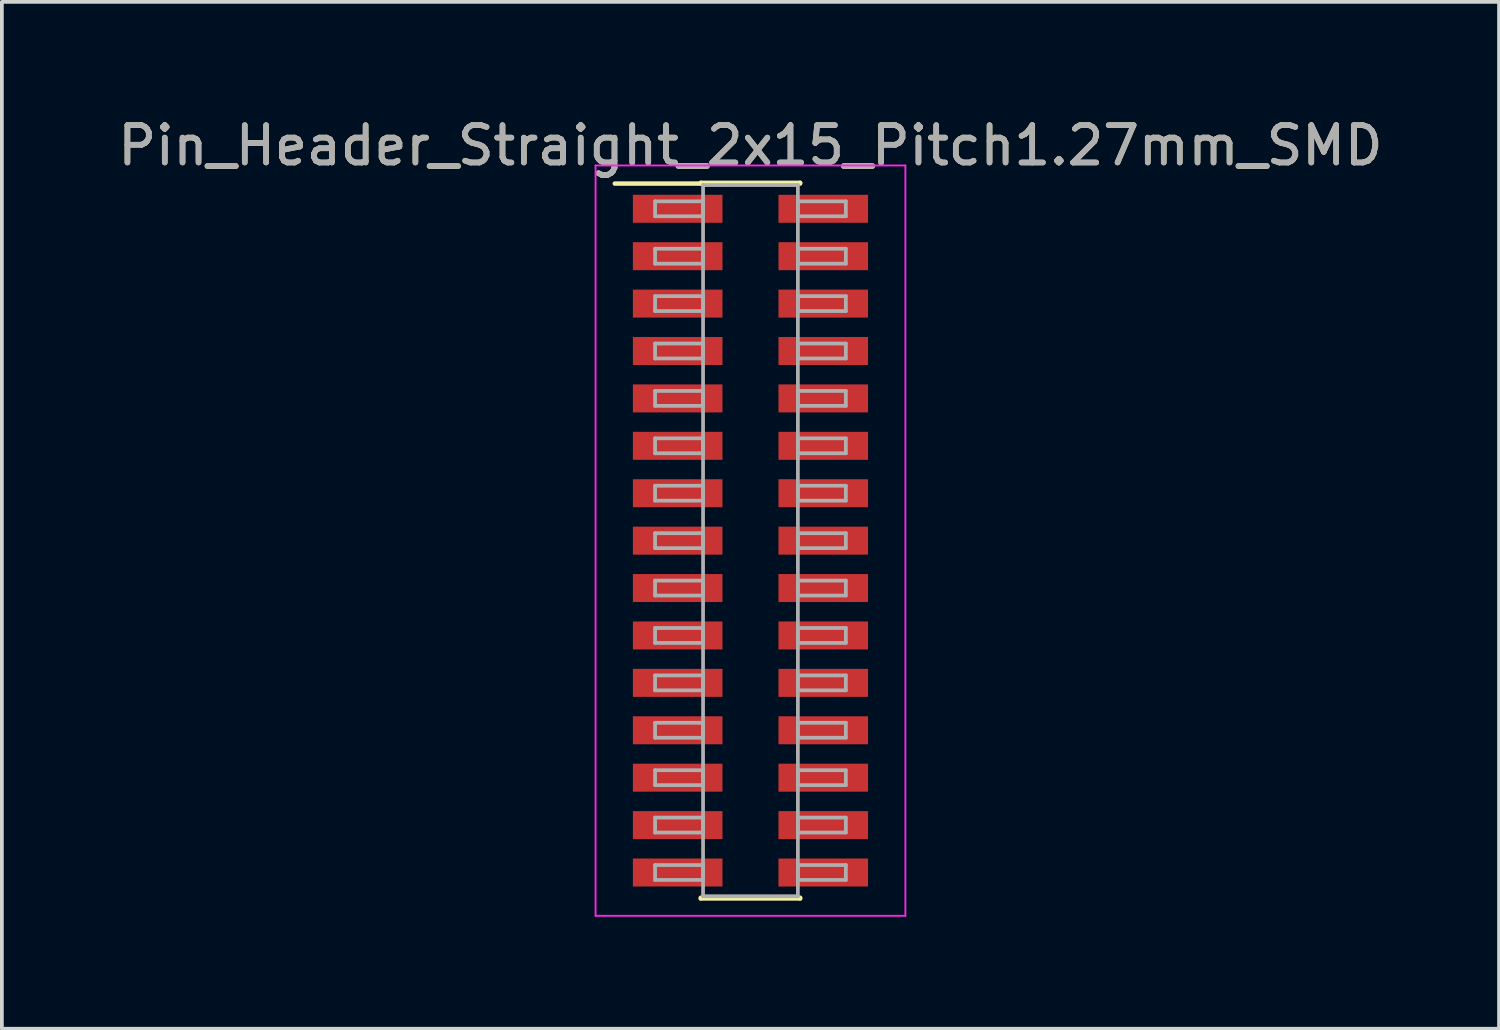
<source format=kicad_pcb>
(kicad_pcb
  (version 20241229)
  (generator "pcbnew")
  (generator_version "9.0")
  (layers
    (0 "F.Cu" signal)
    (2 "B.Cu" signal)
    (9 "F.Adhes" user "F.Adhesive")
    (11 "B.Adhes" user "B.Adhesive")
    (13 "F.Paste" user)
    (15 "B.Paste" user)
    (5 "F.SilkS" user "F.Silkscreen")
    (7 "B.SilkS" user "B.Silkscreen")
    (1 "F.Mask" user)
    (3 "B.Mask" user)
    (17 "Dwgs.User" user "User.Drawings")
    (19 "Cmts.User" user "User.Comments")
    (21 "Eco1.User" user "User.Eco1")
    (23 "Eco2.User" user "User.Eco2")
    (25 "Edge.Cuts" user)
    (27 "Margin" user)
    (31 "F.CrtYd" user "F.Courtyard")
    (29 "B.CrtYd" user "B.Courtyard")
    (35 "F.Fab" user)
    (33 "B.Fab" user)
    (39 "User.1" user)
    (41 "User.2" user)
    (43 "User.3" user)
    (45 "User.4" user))
  (footprint "Pin_Header_Straight_2x15_Pitch1.27mm_SMD"
    (layer "F.Cu")
    (at 17.054 11.433)
    (property "Reference" "Pin_Header_Straight_2x15_Pitch1.27mm_SMD" (at 0 -10.585 0) (layer "F.SilkS") (effects (font (size 1 1) (thickness 0.15))))
    (attr smd)
    (fp_line (start -3.635 -9.565) (end -1.33 -9.565) (stroke (width 0.12) (type solid)) (layer "F.SilkS"))
    (fp_line (start -1.33 -9.585) (end 1.33 -9.585) (stroke (width 0.12) (type solid)) (layer "F.SilkS"))
    (fp_line (start -1.33 -9.565) (end -1.33 -9.585) (stroke (width 0.12) (type solid)) (layer "F.SilkS"))
    (fp_line (start -1.33 9.565) (end -1.33 9.585) (stroke (width 0.12) (type solid)) (layer "F.SilkS"))
    (fp_line (start -1.33 9.585) (end 1.33 9.585) (stroke (width 0.12) (type solid)) (layer "F.SilkS"))
    (fp_line (start 1.33 -9.585) (end 1.33 -9.565) (stroke (width 0.12) (type solid)) (layer "F.SilkS"))
    (fp_line (start 1.33 9.585) (end 1.33 9.565) (stroke (width 0.12) (type solid)) (layer "F.SilkS"))
    (fp_line (start -4.15 -10.05) (end -4.15 10.05) (stroke (width 0.05) (type solid)) (layer "F.CrtYd"))
    (fp_line (start -4.15 10.05) (end 4.15 10.05) (stroke (width 0.05) (type solid)) (layer "F.CrtYd"))
    (fp_line (start 4.15 -10.05) (end -4.15 -10.05) (stroke (width 0.05) (type solid)) (layer "F.CrtYd"))
    (fp_line (start 4.15 10.05) (end 4.15 -10.05) (stroke (width 0.05) (type solid)) (layer "F.CrtYd"))
    (fp_line (start -2.555 -9.09) (end -1.27 -9.09) (stroke (width 0.1) (type solid)) (layer "F.Fab"))
    (fp_line (start -2.555 -8.69) (end -2.555 -9.09) (stroke (width 0.1) (type solid)) (layer "F.Fab"))
    (fp_line (start -2.555 -7.82) (end -1.27 -7.82) (stroke (width 0.1) (type solid)) (layer "F.Fab"))
    (fp_line (start -2.555 -7.42) (end -2.555 -7.82) (stroke (width 0.1) (type solid)) (layer "F.Fab"))
    (fp_line (start -2.555 -6.55) (end -1.27 -6.55) (stroke (width 0.1) (type solid)) (layer "F.Fab"))
    (fp_line (start -2.555 -6.15) (end -2.555 -6.55) (stroke (width 0.1) (type solid)) (layer "F.Fab"))
    (fp_line (start -2.555 -5.28) (end -1.27 -5.28) (stroke (width 0.1) (type solid)) (layer "F.Fab"))
    (fp_line (start -2.555 -4.88) (end -2.555 -5.28) (stroke (width 0.1) (type solid)) (layer "F.Fab"))
    (fp_line (start -2.555 -4.01) (end -1.27 -4.01) (stroke (width 0.1) (type solid)) (layer "F.Fab"))
    (fp_line (start -2.555 -3.61) (end -2.555 -4.01) (stroke (width 0.1) (type solid)) (layer "F.Fab"))
    (fp_line (start -2.555 -2.74) (end -1.27 -2.74) (stroke (width 0.1) (type solid)) (layer "F.Fab"))
    (fp_line (start -2.555 -2.34) (end -2.555 -2.74) (stroke (width 0.1) (type solid)) (layer "F.Fab"))
    (fp_line (start -2.555 -1.47) (end -1.27 -1.47) (stroke (width 0.1) (type solid)) (layer "F.Fab"))
    (fp_line (start -2.555 -1.07) (end -2.555 -1.47) (stroke (width 0.1) (type solid)) (layer "F.Fab"))
    (fp_line (start -2.555 -0.2) (end -1.27 -0.2) (stroke (width 0.1) (type solid)) (layer "F.Fab"))
    (fp_line (start -2.555 0.2) (end -2.555 -0.2) (stroke (width 0.1) (type solid)) (layer "F.Fab"))
    (fp_line (start -2.555 1.07) (end -1.27 1.07) (stroke (width 0.1) (type solid)) (layer "F.Fab"))
    (fp_line (start -2.555 1.47) (end -2.555 1.07) (stroke (width 0.1) (type solid)) (layer "F.Fab"))
    (fp_line (start -2.555 2.34) (end -1.27 2.34) (stroke (width 0.1) (type solid)) (layer "F.Fab"))
    (fp_line (start -2.555 2.74) (end -2.555 2.34) (stroke (width 0.1) (type solid)) (layer "F.Fab"))
    (fp_line (start -2.555 3.61) (end -1.27 3.61) (stroke (width 0.1) (type solid)) (layer "F.Fab"))
    (fp_line (start -2.555 4.01) (end -2.555 3.61) (stroke (width 0.1) (type solid)) (layer "F.Fab"))
    (fp_line (start -2.555 4.88) (end -1.27 4.88) (stroke (width 0.1) (type solid)) (layer "F.Fab"))
    (fp_line (start -2.555 5.28) (end -2.555 4.88) (stroke (width 0.1) (type solid)) (layer "F.Fab"))
    (fp_line (start -2.555 6.15) (end -1.27 6.15) (stroke (width 0.1) (type solid)) (layer "F.Fab"))
    (fp_line (start -2.555 6.55) (end -2.555 6.15) (stroke (width 0.1) (type solid)) (layer "F.Fab"))
    (fp_line (start -2.555 7.42) (end -1.27 7.42) (stroke (width 0.1) (type solid)) (layer "F.Fab"))
    (fp_line (start -2.555 7.82) (end -2.555 7.42) (stroke (width 0.1) (type solid)) (layer "F.Fab"))
    (fp_line (start -2.555 8.69) (end -1.27 8.69) (stroke (width 0.1) (type solid)) (layer "F.Fab"))
    (fp_line (start -2.555 9.09) (end -2.555 8.69) (stroke (width 0.1) (type solid)) (layer "F.Fab"))
    (fp_line (start -1.27 -9.525) (end -1.27 9.525) (stroke (width 0.1) (type solid)) (layer "F.Fab"))
    (fp_line (start -1.27 -9.09) (end -1.27 -8.69) (stroke (width 0.1) (type solid)) (layer "F.Fab"))
    (fp_line (start -1.27 -8.69) (end -2.555 -8.69) (stroke (width 0.1) (type solid)) (layer "F.Fab"))
    (fp_line (start -1.27 -7.82) (end -1.27 -7.42) (stroke (width 0.1) (type solid)) (layer "F.Fab"))
    (fp_line (start -1.27 -7.42) (end -2.555 -7.42) (stroke (width 0.1) (type solid)) (layer "F.Fab"))
    (fp_line (start -1.27 -6.55) (end -1.27 -6.15) (stroke (width 0.1) (type solid)) (layer "F.Fab"))
    (fp_line (start -1.27 -6.15) (end -2.555 -6.15) (stroke (width 0.1) (type solid)) (layer "F.Fab"))
    (fp_line (start -1.27 -5.28) (end -1.27 -4.88) (stroke (width 0.1) (type solid)) (layer "F.Fab"))
    (fp_line (start -1.27 -4.88) (end -2.555 -4.88) (stroke (width 0.1) (type solid)) (layer "F.Fab"))
    (fp_line (start -1.27 -4.01) (end -1.27 -3.61) (stroke (width 0.1) (type solid)) (layer "F.Fab"))
    (fp_line (start -1.27 -3.61) (end -2.555 -3.61) (stroke (width 0.1) (type solid)) (layer "F.Fab"))
    (fp_line (start -1.27 -2.74) (end -1.27 -2.34) (stroke (width 0.1) (type solid)) (layer "F.Fab"))
    (fp_line (start -1.27 -2.34) (end -2.555 -2.34) (stroke (width 0.1) (type solid)) (layer "F.Fab"))
    (fp_line (start -1.27 -1.47) (end -1.27 -1.07) (stroke (width 0.1) (type solid)) (layer "F.Fab"))
    (fp_line (start -1.27 -1.07) (end -2.555 -1.07) (stroke (width 0.1) (type solid)) (layer "F.Fab"))
    (fp_line (start -1.27 -0.2) (end -1.27 0.2) (stroke (width 0.1) (type solid)) (layer "F.Fab"))
    (fp_line (start -1.27 0.2) (end -2.555 0.2) (stroke (width 0.1) (type solid)) (layer "F.Fab"))
    (fp_line (start -1.27 1.07) (end -1.27 1.47) (stroke (width 0.1) (type solid)) (layer "F.Fab"))
    (fp_line (start -1.27 1.47) (end -2.555 1.47) (stroke (width 0.1) (type solid)) (layer "F.Fab"))
    (fp_line (start -1.27 2.34) (end -1.27 2.74) (stroke (width 0.1) (type solid)) (layer "F.Fab"))
    (fp_line (start -1.27 2.74) (end -2.555 2.74) (stroke (width 0.1) (type solid)) (layer "F.Fab"))
    (fp_line (start -1.27 3.61) (end -1.27 4.01) (stroke (width 0.1) (type solid)) (layer "F.Fab"))
    (fp_line (start -1.27 4.01) (end -2.555 4.01) (stroke (width 0.1) (type solid)) (layer "F.Fab"))
    (fp_line (start -1.27 4.88) (end -1.27 5.28) (stroke (width 0.1) (type solid)) (layer "F.Fab"))
    (fp_line (start -1.27 5.28) (end -2.555 5.28) (stroke (width 0.1) (type solid)) (layer "F.Fab"))
    (fp_line (start -1.27 6.15) (end -1.27 6.55) (stroke (width 0.1) (type solid)) (layer "F.Fab"))
    (fp_line (start -1.27 6.55) (end -2.555 6.55) (stroke (width 0.1) (type solid)) (layer "F.Fab"))
    (fp_line (start -1.27 7.42) (end -1.27 7.82) (stroke (width 0.1) (type solid)) (layer "F.Fab"))
    (fp_line (start -1.27 7.82) (end -2.555 7.82) (stroke (width 0.1) (type solid)) (layer "F.Fab"))
    (fp_line (start -1.27 8.69) (end -1.27 9.09) (stroke (width 0.1) (type solid)) (layer "F.Fab"))
    (fp_line (start -1.27 9.09) (end -2.555 9.09) (stroke (width 0.1) (type solid)) (layer "F.Fab"))
    (fp_line (start -1.27 9.525) (end 1.27 9.525) (stroke (width 0.1) (type solid)) (layer "F.Fab"))
    (fp_line (start 1.27 -9.525) (end -1.27 -9.525) (stroke (width 0.1) (type solid)) (layer "F.Fab"))
    (fp_line (start 1.27 -9.09) (end 1.27 -8.69) (stroke (width 0.1) (type solid)) (layer "F.Fab"))
    (fp_line (start 1.27 -8.69) (end 2.555 -8.69) (stroke (width 0.1) (type solid)) (layer "F.Fab"))
    (fp_line (start 1.27 -7.82) (end 1.27 -7.42) (stroke (width 0.1) (type solid)) (layer "F.Fab"))
    (fp_line (start 1.27 -7.42) (end 2.555 -7.42) (stroke (width 0.1) (type solid)) (layer "F.Fab"))
    (fp_line (start 1.27 -6.55) (end 1.27 -6.15) (stroke (width 0.1) (type solid)) (layer "F.Fab"))
    (fp_line (start 1.27 -6.15) (end 2.555 -6.15) (stroke (width 0.1) (type solid)) (layer "F.Fab"))
    (fp_line (start 1.27 -5.28) (end 1.27 -4.88) (stroke (width 0.1) (type solid)) (layer "F.Fab"))
    (fp_line (start 1.27 -4.88) (end 2.555 -4.88) (stroke (width 0.1) (type solid)) (layer "F.Fab"))
    (fp_line (start 1.27 -4.01) (end 1.27 -3.61) (stroke (width 0.1) (type solid)) (layer "F.Fab"))
    (fp_line (start 1.27 -3.61) (end 2.555 -3.61) (stroke (width 0.1) (type solid)) (layer "F.Fab"))
    (fp_line (start 1.27 -2.74) (end 1.27 -2.34) (stroke (width 0.1) (type solid)) (layer "F.Fab"))
    (fp_line (start 1.27 -2.34) (end 2.555 -2.34) (stroke (width 0.1) (type solid)) (layer "F.Fab"))
    (fp_line (start 1.27 -1.47) (end 1.27 -1.07) (stroke (width 0.1) (type solid)) (layer "F.Fab"))
    (fp_line (start 1.27 -1.07) (end 2.555 -1.07) (stroke (width 0.1) (type solid)) (layer "F.Fab"))
    (fp_line (start 1.27 -0.2) (end 1.27 0.2) (stroke (width 0.1) (type solid)) (layer "F.Fab"))
    (fp_line (start 1.27 0.2) (end 2.555 0.2) (stroke (width 0.1) (type solid)) (layer "F.Fab"))
    (fp_line (start 1.27 1.07) (end 1.27 1.47) (stroke (width 0.1) (type solid)) (layer "F.Fab"))
    (fp_line (start 1.27 1.47) (end 2.555 1.47) (stroke (width 0.1) (type solid)) (layer "F.Fab"))
    (fp_line (start 1.27 2.34) (end 1.27 2.74) (stroke (width 0.1) (type solid)) (layer "F.Fab"))
    (fp_line (start 1.27 2.74) (end 2.555 2.74) (stroke (width 0.1) (type solid)) (layer "F.Fab"))
    (fp_line (start 1.27 3.61) (end 1.27 4.01) (stroke (width 0.1) (type solid)) (layer "F.Fab"))
    (fp_line (start 1.27 4.01) (end 2.555 4.01) (stroke (width 0.1) (type solid)) (layer "F.Fab"))
    (fp_line (start 1.27 4.88) (end 1.27 5.28) (stroke (width 0.1) (type solid)) (layer "F.Fab"))
    (fp_line (start 1.27 5.28) (end 2.555 5.28) (stroke (width 0.1) (type solid)) (layer "F.Fab"))
    (fp_line (start 1.27 6.15) (end 1.27 6.55) (stroke (width 0.1) (type solid)) (layer "F.Fab"))
    (fp_line (start 1.27 6.55) (end 2.555 6.55) (stroke (width 0.1) (type solid)) (layer "F.Fab"))
    (fp_line (start 1.27 7.42) (end 1.27 7.82) (stroke (width 0.1) (type solid)) (layer "F.Fab"))
    (fp_line (start 1.27 7.82) (end 2.555 7.82) (stroke (width 0.1) (type solid)) (layer "F.Fab"))
    (fp_line (start 1.27 8.69) (end 1.27 9.09) (stroke (width 0.1) (type solid)) (layer "F.Fab"))
    (fp_line (start 1.27 9.09) (end 2.555 9.09) (stroke (width 0.1) (type solid)) (layer "F.Fab"))
    (fp_line (start 1.27 9.525) (end 1.27 -9.525) (stroke (width 0.1) (type solid)) (layer "F.Fab"))
    (fp_line (start 2.555 -9.09) (end 1.27 -9.09) (stroke (width 0.1) (type solid)) (layer "F.Fab"))
    (fp_line (start 2.555 -8.69) (end 2.555 -9.09) (stroke (width 0.1) (type solid)) (layer "F.Fab"))
    (fp_line (start 2.555 -7.82) (end 1.27 -7.82) (stroke (width 0.1) (type solid)) (layer "F.Fab"))
    (fp_line (start 2.555 -7.42) (end 2.555 -7.82) (stroke (width 0.1) (type solid)) (layer "F.Fab"))
    (fp_line (start 2.555 -6.55) (end 1.27 -6.55) (stroke (width 0.1) (type solid)) (layer "F.Fab"))
    (fp_line (start 2.555 -6.15) (end 2.555 -6.55) (stroke (width 0.1) (type solid)) (layer "F.Fab"))
    (fp_line (start 2.555 -5.28) (end 1.27 -5.28) (stroke (width 0.1) (type solid)) (layer "F.Fab"))
    (fp_line (start 2.555 -4.88) (end 2.555 -5.28) (stroke (width 0.1) (type solid)) (layer "F.Fab"))
    (fp_line (start 2.555 -4.01) (end 1.27 -4.01) (stroke (width 0.1) (type solid)) (layer "F.Fab"))
    (fp_line (start 2.555 -3.61) (end 2.555 -4.01) (stroke (width 0.1) (type solid)) (layer "F.Fab"))
    (fp_line (start 2.555 -2.74) (end 1.27 -2.74) (stroke (width 0.1) (type solid)) (layer "F.Fab"))
    (fp_line (start 2.555 -2.34) (end 2.555 -2.74) (stroke (width 0.1) (type solid)) (layer "F.Fab"))
    (fp_line (start 2.555 -1.47) (end 1.27 -1.47) (stroke (width 0.1) (type solid)) (layer "F.Fab"))
    (fp_line (start 2.555 -1.07) (end 2.555 -1.47) (stroke (width 0.1) (type solid)) (layer "F.Fab"))
    (fp_line (start 2.555 -0.2) (end 1.27 -0.2) (stroke (width 0.1) (type solid)) (layer "F.Fab"))
    (fp_line (start 2.555 0.2) (end 2.555 -0.2) (stroke (width 0.1) (type solid)) (layer "F.Fab"))
    (fp_line (start 2.555 1.07) (end 1.27 1.07) (stroke (width 0.1) (type solid)) (layer "F.Fab"))
    (fp_line (start 2.555 1.47) (end 2.555 1.07) (stroke (width 0.1) (type solid)) (layer "F.Fab"))
    (fp_line (start 2.555 2.34) (end 1.27 2.34) (stroke (width 0.1) (type solid)) (layer "F.Fab"))
    (fp_line (start 2.555 2.74) (end 2.555 2.34) (stroke (width 0.1) (type solid)) (layer "F.Fab"))
    (fp_line (start 2.555 3.61) (end 1.27 3.61) (stroke (width 0.1) (type solid)) (layer "F.Fab"))
    (fp_line (start 2.555 4.01) (end 2.555 3.61) (stroke (width 0.1) (type solid)) (layer "F.Fab"))
    (fp_line (start 2.555 4.88) (end 1.27 4.88) (stroke (width 0.1) (type solid)) (layer "F.Fab"))
    (fp_line (start 2.555 5.28) (end 2.555 4.88) (stroke (width 0.1) (type solid)) (layer "F.Fab"))
    (fp_line (start 2.555 6.15) (end 1.27 6.15) (stroke (width 0.1) (type solid)) (layer "F.Fab"))
    (fp_line (start 2.555 6.55) (end 2.555 6.15) (stroke (width 0.1) (type solid)) (layer "F.Fab"))
    (fp_line (start 2.555 7.42) (end 1.27 7.42) (stroke (width 0.1) (type solid)) (layer "F.Fab"))
    (fp_line (start 2.555 7.82) (end 2.555 7.42) (stroke (width 0.1) (type solid)) (layer "F.Fab"))
    (fp_line (start 2.555 8.69) (end 1.27 8.69) (stroke (width 0.1) (type solid)) (layer "F.Fab"))
    (fp_line (start 2.555 9.09) (end 2.555 8.69) (stroke (width 0.1) (type solid)) (layer "F.Fab"))
    (fp_text user "${REFERENCE}" (at 0 -10.585 0) (layer "F.Fab") (effects (font (size 1 1) (thickness 0.15))))
    (pad "1" smd rect (at -1.95 -8.89) (size 2.4 0.75) (layers "F.Cu" "F.Mask" "F.Paste"))
    (pad "2" smd rect (at 1.95 -8.89) (size 2.4 0.75) (layers "F.Cu" "F.Mask" "F.Paste"))
    (pad "3" smd rect (at -1.95 -7.62) (size 2.4 0.75) (layers "F.Cu" "F.Mask" "F.Paste"))
    (pad "4" smd rect (at 1.95 -7.62) (size 2.4 0.75) (layers "F.Cu" "F.Mask" "F.Paste"))
    (pad "5" smd rect (at -1.95 -6.35) (size 2.4 0.75) (layers "F.Cu" "F.Mask" "F.Paste"))
    (pad "6" smd rect (at 1.95 -6.35) (size 2.4 0.75) (layers "F.Cu" "F.Mask" "F.Paste"))
    (pad "7" smd rect (at -1.95 -5.08) (size 2.4 0.75) (layers "F.Cu" "F.Mask" "F.Paste"))
    (pad "8" smd rect (at 1.95 -5.08) (size 2.4 0.75) (layers "F.Cu" "F.Mask" "F.Paste"))
    (pad "9" smd rect (at -1.95 -3.81) (size 2.4 0.75) (layers "F.Cu" "F.Mask" "F.Paste"))
    (pad "10" smd rect (at 1.95 -3.81) (size 2.4 0.75) (layers "F.Cu" "F.Mask" "F.Paste"))
    (pad "11" smd rect (at -1.95 -2.54) (size 2.4 0.75) (layers "F.Cu" "F.Mask" "F.Paste"))
    (pad "12" smd rect (at 1.95 -2.54) (size 2.4 0.75) (layers "F.Cu" "F.Mask" "F.Paste"))
    (pad "13" smd rect (at -1.95 -1.27) (size 2.4 0.75) (layers "F.Cu" "F.Mask" "F.Paste"))
    (pad "14" smd rect (at 1.95 -1.27) (size 2.4 0.75) (layers "F.Cu" "F.Mask" "F.Paste"))
    (pad "15" smd rect (at -1.95 0) (size 2.4 0.75) (layers "F.Cu" "F.Mask" "F.Paste"))
    (pad "16" smd rect (at 1.95 0) (size 2.4 0.75) (layers "F.Cu" "F.Mask" "F.Paste"))
    (pad "17" smd rect (at -1.95 1.27) (size 2.4 0.75) (layers "F.Cu" "F.Mask" "F.Paste"))
    (pad "18" smd rect (at 1.95 1.27) (size 2.4 0.75) (layers "F.Cu" "F.Mask" "F.Paste"))
    (pad "19" smd rect (at -1.95 2.54) (size 2.4 0.75) (layers "F.Cu" "F.Mask" "F.Paste"))
    (pad "20" smd rect (at 1.95 2.54) (size 2.4 0.75) (layers "F.Cu" "F.Mask" "F.Paste"))
    (pad "21" smd rect (at -1.95 3.81) (size 2.4 0.75) (layers "F.Cu" "F.Mask" "F.Paste"))
    (pad "22" smd rect (at 1.95 3.81) (size 2.4 0.75) (layers "F.Cu" "F.Mask" "F.Paste"))
    (pad "23" smd rect (at -1.95 5.08) (size 2.4 0.75) (layers "F.Cu" "F.Mask" "F.Paste"))
    (pad "24" smd rect (at 1.95 5.08) (size 2.4 0.75) (layers "F.Cu" "F.Mask" "F.Paste"))
    (pad "25" smd rect (at -1.95 6.35) (size 2.4 0.75) (layers "F.Cu" "F.Mask" "F.Paste"))
    (pad "26" smd rect (at 1.95 6.35) (size 2.4 0.75) (layers "F.Cu" "F.Mask" "F.Paste"))
    (pad "27" smd rect (at -1.95 7.62) (size 2.4 0.75) (layers "F.Cu" "F.Mask" "F.Paste"))
    (pad "28" smd rect (at 1.95 7.62) (size 2.4 0.75) (layers "F.Cu" "F.Mask" "F.Paste"))
    (pad "29" smd rect (at -1.95 8.89) (size 2.4 0.75) (layers "F.Cu" "F.Mask" "F.Paste"))
    (pad "30" smd rect (at 1.95 8.89) (size 2.4 0.75) (layers "F.Cu" "F.Mask" "F.Paste")))
  (gr_rect
    (start -3 -3)
    (end 37.107 24.508)
    (stroke (width 0.1) (type default))
    (fill no)
    (layer "Edge.Cuts")))
</source>
